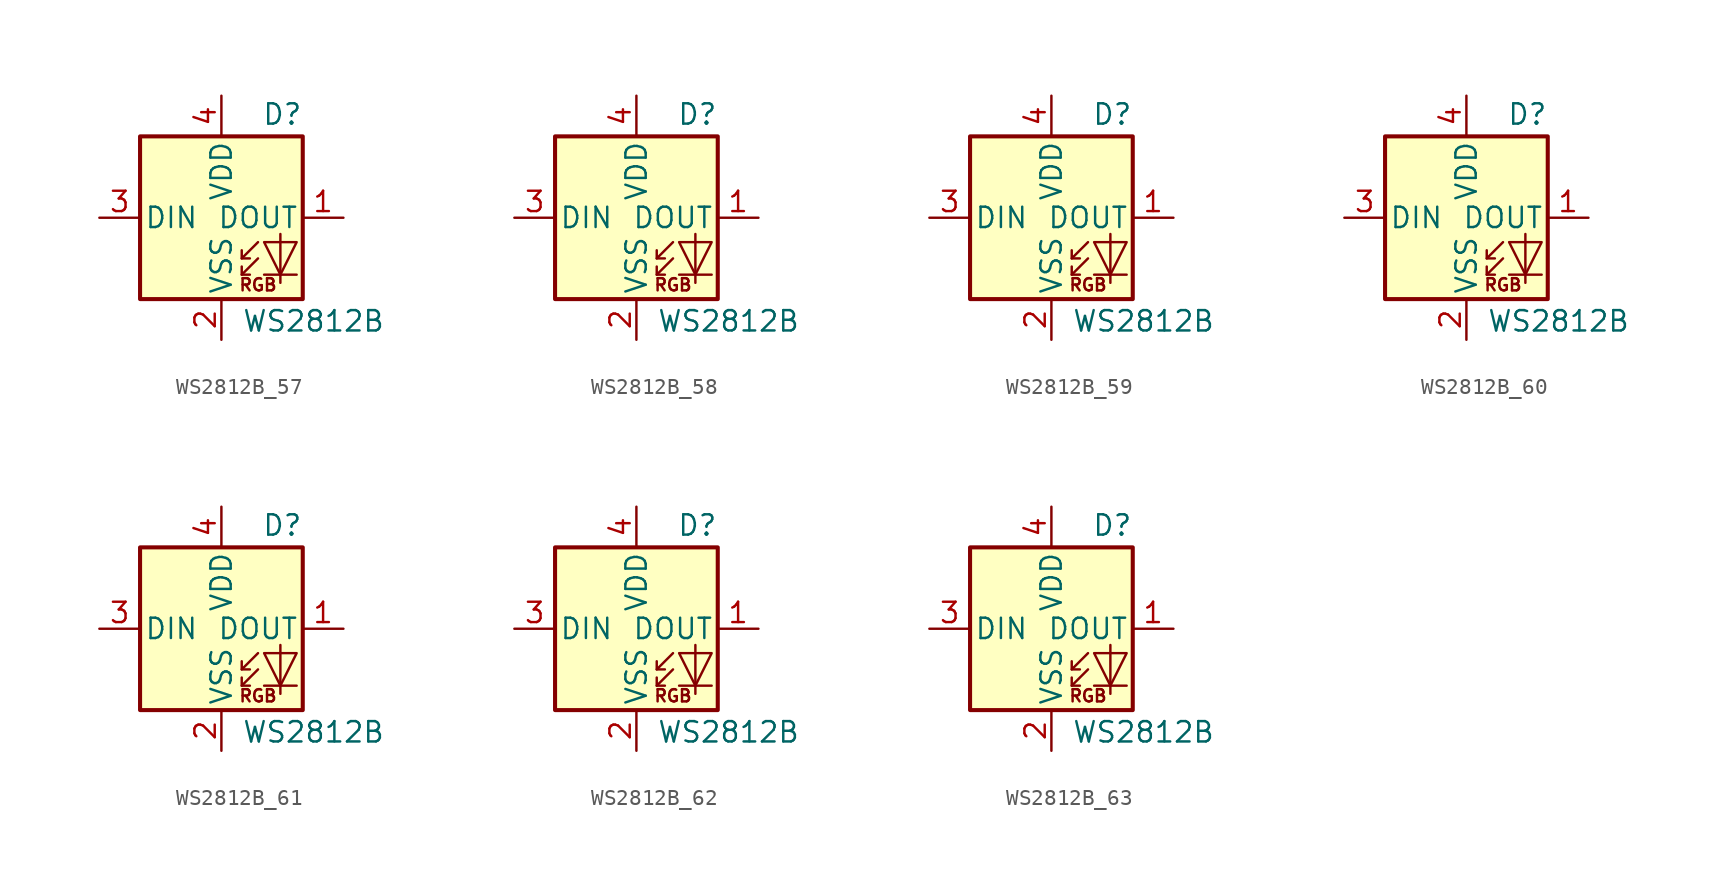
<source format=kicad_sym>
(kicad_symbol_lib
  (version 20220914)
  (generator kicad_symbol_editor)
  (symbol "WS2812B_57"
    (pin_names
      (offset 0.254))
    (property "Reference" "D"
      (at 5.08 5.715 0)
      (effects (font (size 1.27 1.27)) (justify right bottom)))
    (property "Value" "WS2812B"
      (at 1.27 -5.715 0)
      (effects (font (size 1.27 1.27)) (justify left top)))
    (symbol "WS2812B_57_0_0"
      (text "RGB" (at 2.286 -4.191 0) (effects (font (size 0.762 0.762)))))
    (symbol "WS2812B_57_0_1"
      (polyline (pts (xy 1.27 -3.556) (xy 1.778 -3.556)) (stroke (width 0) (type default)) (fill (type none)))
      (polyline (pts (xy 1.27 -2.54) (xy 1.778 -2.54)) (stroke (width 0) (type default)) (fill (type none)))
      (polyline (pts (xy 4.699 -3.556) (xy 2.667 -3.556)) (stroke (width 0) (type default)) (fill (type none)))
      (polyline (pts (xy 2.286 -2.54) (xy 1.27 -3.556) (xy 1.27 -3.048)) (stroke (width 0) (type default)) (fill (type none)))
      (polyline (pts (xy 2.286 -1.524) (xy 1.27 -2.54) (xy 1.27 -2.032)) (stroke (width 0) (type default)) (fill (type none)))
      (polyline (pts (xy 3.683 -1.016) (xy 3.683 -3.556) (xy 3.683 -4.064)) (stroke (width 0) (type default)) (fill (type none)))
      (polyline (pts (xy 4.699 -1.524) (xy 2.667 -1.524) (xy 3.683 -3.556) (xy 4.699 -1.524)) (stroke (width 0) (type default)) (fill (type none)))
      (rectangle (start 5.08 5.08) (end -5.08 -5.08) (stroke (width 0.254) (type default)) (fill (type background))))
    (symbol "WS2812B_57_1_1"
      (pin output line (at 7.62 0 180) (length 2.54) (name "DOUT" (effects (font (size 1.27 1.27)))) (number "1" (effects (font (size 1.27 1.27)))))
      (pin power_in line (at 0 -7.62 90) (length 2.54) (name "VSS" (effects (font (size 1.27 1.27)))) (number "2" (effects (font (size 1.27 1.27)))))
      (pin input line (at -7.62 0 0) (length 2.54) (name "DIN" (effects (font (size 1.27 1.27)))) (number "3" (effects (font (size 1.27 1.27)))))
      (pin power_in line (at 0 7.62 270) (length 2.54) (name "VDD" (effects (font (size 1.27 1.27)))) (number "4" (effects (font (size 1.27 1.27)))))))
  (symbol "WS2812B_58"
    (pin_names
      (offset 0.254))
    (property "Reference" "D"
      (at 5.08 5.715 0)
      (effects (font (size 1.27 1.27)) (justify right bottom)))
    (property "Value" "WS2812B"
      (at 1.27 -5.715 0)
      (effects (font (size 1.27 1.27)) (justify left top)))
    (symbol "WS2812B_58_0_0"
      (text "RGB" (at 2.286 -4.191 0) (effects (font (size 0.762 0.762)))))
    (symbol "WS2812B_58_0_1"
      (polyline (pts (xy 1.27 -3.556) (xy 1.778 -3.556)) (stroke (width 0) (type default)) (fill (type none)))
      (polyline (pts (xy 1.27 -2.54) (xy 1.778 -2.54)) (stroke (width 0) (type default)) (fill (type none)))
      (polyline (pts (xy 4.699 -3.556) (xy 2.667 -3.556)) (stroke (width 0) (type default)) (fill (type none)))
      (polyline (pts (xy 2.286 -2.54) (xy 1.27 -3.556) (xy 1.27 -3.048)) (stroke (width 0) (type default)) (fill (type none)))
      (polyline (pts (xy 2.286 -1.524) (xy 1.27 -2.54) (xy 1.27 -2.032)) (stroke (width 0) (type default)) (fill (type none)))
      (polyline (pts (xy 3.683 -1.016) (xy 3.683 -3.556) (xy 3.683 -4.064)) (stroke (width 0) (type default)) (fill (type none)))
      (polyline (pts (xy 4.699 -1.524) (xy 2.667 -1.524) (xy 3.683 -3.556) (xy 4.699 -1.524)) (stroke (width 0) (type default)) (fill (type none)))
      (rectangle (start 5.08 5.08) (end -5.08 -5.08) (stroke (width 0.254) (type default)) (fill (type background))))
    (symbol "WS2812B_58_1_1"
      (pin output line (at 7.62 0 180) (length 2.54) (name "DOUT" (effects (font (size 1.27 1.27)))) (number "1" (effects (font (size 1.27 1.27)))))
      (pin power_in line (at 0 -7.62 90) (length 2.54) (name "VSS" (effects (font (size 1.27 1.27)))) (number "2" (effects (font (size 1.27 1.27)))))
      (pin input line (at -7.62 0 0) (length 2.54) (name "DIN" (effects (font (size 1.27 1.27)))) (number "3" (effects (font (size 1.27 1.27)))))
      (pin power_in line (at 0 7.62 270) (length 2.54) (name "VDD" (effects (font (size 1.27 1.27)))) (number "4" (effects (font (size 1.27 1.27)))))))
  (symbol "WS2812B_59"
    (pin_names
      (offset 0.254))
    (property "Reference" "D"
      (at 5.08 5.715 0)
      (effects (font (size 1.27 1.27)) (justify right bottom)))
    (property "Value" "WS2812B"
      (at 1.27 -5.715 0)
      (effects (font (size 1.27 1.27)) (justify left top)))
    (symbol "WS2812B_59_0_0"
      (text "RGB" (at 2.286 -4.191 0) (effects (font (size 0.762 0.762)))))
    (symbol "WS2812B_59_0_1"
      (polyline (pts (xy 1.27 -3.556) (xy 1.778 -3.556)) (stroke (width 0) (type default)) (fill (type none)))
      (polyline (pts (xy 1.27 -2.54) (xy 1.778 -2.54)) (stroke (width 0) (type default)) (fill (type none)))
      (polyline (pts (xy 4.699 -3.556) (xy 2.667 -3.556)) (stroke (width 0) (type default)) (fill (type none)))
      (polyline (pts (xy 2.286 -2.54) (xy 1.27 -3.556) (xy 1.27 -3.048)) (stroke (width 0) (type default)) (fill (type none)))
      (polyline (pts (xy 2.286 -1.524) (xy 1.27 -2.54) (xy 1.27 -2.032)) (stroke (width 0) (type default)) (fill (type none)))
      (polyline (pts (xy 3.683 -1.016) (xy 3.683 -3.556) (xy 3.683 -4.064)) (stroke (width 0) (type default)) (fill (type none)))
      (polyline (pts (xy 4.699 -1.524) (xy 2.667 -1.524) (xy 3.683 -3.556) (xy 4.699 -1.524)) (stroke (width 0) (type default)) (fill (type none)))
      (rectangle (start 5.08 5.08) (end -5.08 -5.08) (stroke (width 0.254) (type default)) (fill (type background))))
    (symbol "WS2812B_59_1_1"
      (pin output line (at 7.62 0 180) (length 2.54) (name "DOUT" (effects (font (size 1.27 1.27)))) (number "1" (effects (font (size 1.27 1.27)))))
      (pin power_in line (at 0 -7.62 90) (length 2.54) (name "VSS" (effects (font (size 1.27 1.27)))) (number "2" (effects (font (size 1.27 1.27)))))
      (pin input line (at -7.62 0 0) (length 2.54) (name "DIN" (effects (font (size 1.27 1.27)))) (number "3" (effects (font (size 1.27 1.27)))))
      (pin power_in line (at 0 7.62 270) (length 2.54) (name "VDD" (effects (font (size 1.27 1.27)))) (number "4" (effects (font (size 1.27 1.27)))))))
  (symbol "WS2812B_60"
    (pin_names
      (offset 0.254))
    (property "Reference" "D"
      (at 5.08 5.715 0)
      (effects (font (size 1.27 1.27)) (justify right bottom)))
    (property "Value" "WS2812B"
      (at 1.27 -5.715 0)
      (effects (font (size 1.27 1.27)) (justify left top)))
    (symbol "WS2812B_60_0_0"
      (text "RGB" (at 2.286 -4.191 0) (effects (font (size 0.762 0.762)))))
    (symbol "WS2812B_60_0_1"
      (polyline (pts (xy 1.27 -3.556) (xy 1.778 -3.556)) (stroke (width 0) (type default)) (fill (type none)))
      (polyline (pts (xy 1.27 -2.54) (xy 1.778 -2.54)) (stroke (width 0) (type default)) (fill (type none)))
      (polyline (pts (xy 4.699 -3.556) (xy 2.667 -3.556)) (stroke (width 0) (type default)) (fill (type none)))
      (polyline (pts (xy 2.286 -2.54) (xy 1.27 -3.556) (xy 1.27 -3.048)) (stroke (width 0) (type default)) (fill (type none)))
      (polyline (pts (xy 2.286 -1.524) (xy 1.27 -2.54) (xy 1.27 -2.032)) (stroke (width 0) (type default)) (fill (type none)))
      (polyline (pts (xy 3.683 -1.016) (xy 3.683 -3.556) (xy 3.683 -4.064)) (stroke (width 0) (type default)) (fill (type none)))
      (polyline (pts (xy 4.699 -1.524) (xy 2.667 -1.524) (xy 3.683 -3.556) (xy 4.699 -1.524)) (stroke (width 0) (type default)) (fill (type none)))
      (rectangle (start 5.08 5.08) (end -5.08 -5.08) (stroke (width 0.254) (type default)) (fill (type background))))
    (symbol "WS2812B_60_1_1"
      (pin output line (at 7.62 0 180) (length 2.54) (name "DOUT" (effects (font (size 1.27 1.27)))) (number "1" (effects (font (size 1.27 1.27)))))
      (pin power_in line (at 0 -7.62 90) (length 2.54) (name "VSS" (effects (font (size 1.27 1.27)))) (number "2" (effects (font (size 1.27 1.27)))))
      (pin input line (at -7.62 0 0) (length 2.54) (name "DIN" (effects (font (size 1.27 1.27)))) (number "3" (effects (font (size 1.27 1.27)))))
      (pin power_in line (at 0 7.62 270) (length 2.54) (name "VDD" (effects (font (size 1.27 1.27)))) (number "4" (effects (font (size 1.27 1.27)))))))
  (symbol "WS2812B_61"
    (pin_names
      (offset 0.254))
    (property "Reference" "D"
      (at 5.08 5.715 0)
      (effects (font (size 1.27 1.27)) (justify right bottom)))
    (property "Value" "WS2812B"
      (at 1.27 -5.715 0)
      (effects (font (size 1.27 1.27)) (justify left top)))
    (symbol "WS2812B_61_0_0"
      (text "RGB" (at 2.286 -4.191 0) (effects (font (size 0.762 0.762)))))
    (symbol "WS2812B_61_0_1"
      (polyline (pts (xy 1.27 -3.556) (xy 1.778 -3.556)) (stroke (width 0) (type default)) (fill (type none)))
      (polyline (pts (xy 1.27 -2.54) (xy 1.778 -2.54)) (stroke (width 0) (type default)) (fill (type none)))
      (polyline (pts (xy 4.699 -3.556) (xy 2.667 -3.556)) (stroke (width 0) (type default)) (fill (type none)))
      (polyline (pts (xy 2.286 -2.54) (xy 1.27 -3.556) (xy 1.27 -3.048)) (stroke (width 0) (type default)) (fill (type none)))
      (polyline (pts (xy 2.286 -1.524) (xy 1.27 -2.54) (xy 1.27 -2.032)) (stroke (width 0) (type default)) (fill (type none)))
      (polyline (pts (xy 3.683 -1.016) (xy 3.683 -3.556) (xy 3.683 -4.064)) (stroke (width 0) (type default)) (fill (type none)))
      (polyline (pts (xy 4.699 -1.524) (xy 2.667 -1.524) (xy 3.683 -3.556) (xy 4.699 -1.524)) (stroke (width 0) (type default)) (fill (type none)))
      (rectangle (start 5.08 5.08) (end -5.08 -5.08) (stroke (width 0.254) (type default)) (fill (type background))))
    (symbol "WS2812B_61_1_1"
      (pin output line (at 7.62 0 180) (length 2.54) (name "DOUT" (effects (font (size 1.27 1.27)))) (number "1" (effects (font (size 1.27 1.27)))))
      (pin power_in line (at 0 -7.62 90) (length 2.54) (name "VSS" (effects (font (size 1.27 1.27)))) (number "2" (effects (font (size 1.27 1.27)))))
      (pin input line (at -7.62 0 0) (length 2.54) (name "DIN" (effects (font (size 1.27 1.27)))) (number "3" (effects (font (size 1.27 1.27)))))
      (pin power_in line (at 0 7.62 270) (length 2.54) (name "VDD" (effects (font (size 1.27 1.27)))) (number "4" (effects (font (size 1.27 1.27)))))))
  (symbol "WS2812B_62"
    (pin_names
      (offset 0.254))
    (property "Reference" "D"
      (at 5.08 5.715 0)
      (effects (font (size 1.27 1.27)) (justify right bottom)))
    (property "Value" "WS2812B"
      (at 1.27 -5.715 0)
      (effects (font (size 1.27 1.27)) (justify left top)))
    (symbol "WS2812B_62_0_0"
      (text "RGB" (at 2.286 -4.191 0) (effects (font (size 0.762 0.762)))))
    (symbol "WS2812B_62_0_1"
      (polyline (pts (xy 1.27 -3.556) (xy 1.778 -3.556)) (stroke (width 0) (type default)) (fill (type none)))
      (polyline (pts (xy 1.27 -2.54) (xy 1.778 -2.54)) (stroke (width 0) (type default)) (fill (type none)))
      (polyline (pts (xy 4.699 -3.556) (xy 2.667 -3.556)) (stroke (width 0) (type default)) (fill (type none)))
      (polyline (pts (xy 2.286 -2.54) (xy 1.27 -3.556) (xy 1.27 -3.048)) (stroke (width 0) (type default)) (fill (type none)))
      (polyline (pts (xy 2.286 -1.524) (xy 1.27 -2.54) (xy 1.27 -2.032)) (stroke (width 0) (type default)) (fill (type none)))
      (polyline (pts (xy 3.683 -1.016) (xy 3.683 -3.556) (xy 3.683 -4.064)) (stroke (width 0) (type default)) (fill (type none)))
      (polyline (pts (xy 4.699 -1.524) (xy 2.667 -1.524) (xy 3.683 -3.556) (xy 4.699 -1.524)) (stroke (width 0) (type default)) (fill (type none)))
      (rectangle (start 5.08 5.08) (end -5.08 -5.08) (stroke (width 0.254) (type default)) (fill (type background))))
    (symbol "WS2812B_62_1_1"
      (pin output line (at 7.62 0 180) (length 2.54) (name "DOUT" (effects (font (size 1.27 1.27)))) (number "1" (effects (font (size 1.27 1.27)))))
      (pin power_in line (at 0 -7.62 90) (length 2.54) (name "VSS" (effects (font (size 1.27 1.27)))) (number "2" (effects (font (size 1.27 1.27)))))
      (pin input line (at -7.62 0 0) (length 2.54) (name "DIN" (effects (font (size 1.27 1.27)))) (number "3" (effects (font (size 1.27 1.27)))))
      (pin power_in line (at 0 7.62 270) (length 2.54) (name "VDD" (effects (font (size 1.27 1.27)))) (number "4" (effects (font (size 1.27 1.27)))))))
  (symbol "WS2812B_63"
    (pin_names
      (offset 0.254))
    (property "Reference" "D"
      (at 5.08 5.715 0)
      (effects (font (size 1.27 1.27)) (justify right bottom)))
    (property "Value" "WS2812B"
      (at 1.27 -5.715 0)
      (effects (font (size 1.27 1.27)) (justify left top)))
    (symbol "WS2812B_63_0_0"
      (text "RGB" (at 2.286 -4.191 0) (effects (font (size 0.762 0.762)))))
    (symbol "WS2812B_63_0_1"
      (polyline (pts (xy 1.27 -3.556) (xy 1.778 -3.556)) (stroke (width 0) (type default)) (fill (type none)))
      (polyline (pts (xy 1.27 -2.54) (xy 1.778 -2.54)) (stroke (width 0) (type default)) (fill (type none)))
      (polyline (pts (xy 4.699 -3.556) (xy 2.667 -3.556)) (stroke (width 0) (type default)) (fill (type none)))
      (polyline (pts (xy 2.286 -2.54) (xy 1.27 -3.556) (xy 1.27 -3.048)) (stroke (width 0) (type default)) (fill (type none)))
      (polyline (pts (xy 2.286 -1.524) (xy 1.27 -2.54) (xy 1.27 -2.032)) (stroke (width 0) (type default)) (fill (type none)))
      (polyline (pts (xy 3.683 -1.016) (xy 3.683 -3.556) (xy 3.683 -4.064)) (stroke (width 0) (type default)) (fill (type none)))
      (polyline (pts (xy 4.699 -1.524) (xy 2.667 -1.524) (xy 3.683 -3.556) (xy 4.699 -1.524)) (stroke (width 0) (type default)) (fill (type none)))
      (rectangle (start 5.08 5.08) (end -5.08 -5.08) (stroke (width 0.254) (type default)) (fill (type background))))
    (symbol "WS2812B_63_1_1"
      (pin output line (at 7.62 0 180) (length 2.54) (name "DOUT" (effects (font (size 1.27 1.27)))) (number "1" (effects (font (size 1.27 1.27)))))
      (pin power_in line (at 0 -7.62 90) (length 2.54) (name "VSS" (effects (font (size 1.27 1.27)))) (number "2" (effects (font (size 1.27 1.27)))))
      (pin input line (at -7.62 0 0) (length 2.54) (name "DIN" (effects (font (size 1.27 1.27)))) (number "3" (effects (font (size 1.27 1.27)))))
      (pin power_in line (at 0 7.62 270) (length 2.54) (name "VDD" (effects (font (size 1.27 1.27)))) (number "4" (effects (font (size 1.27 1.27))))))))
</source>
